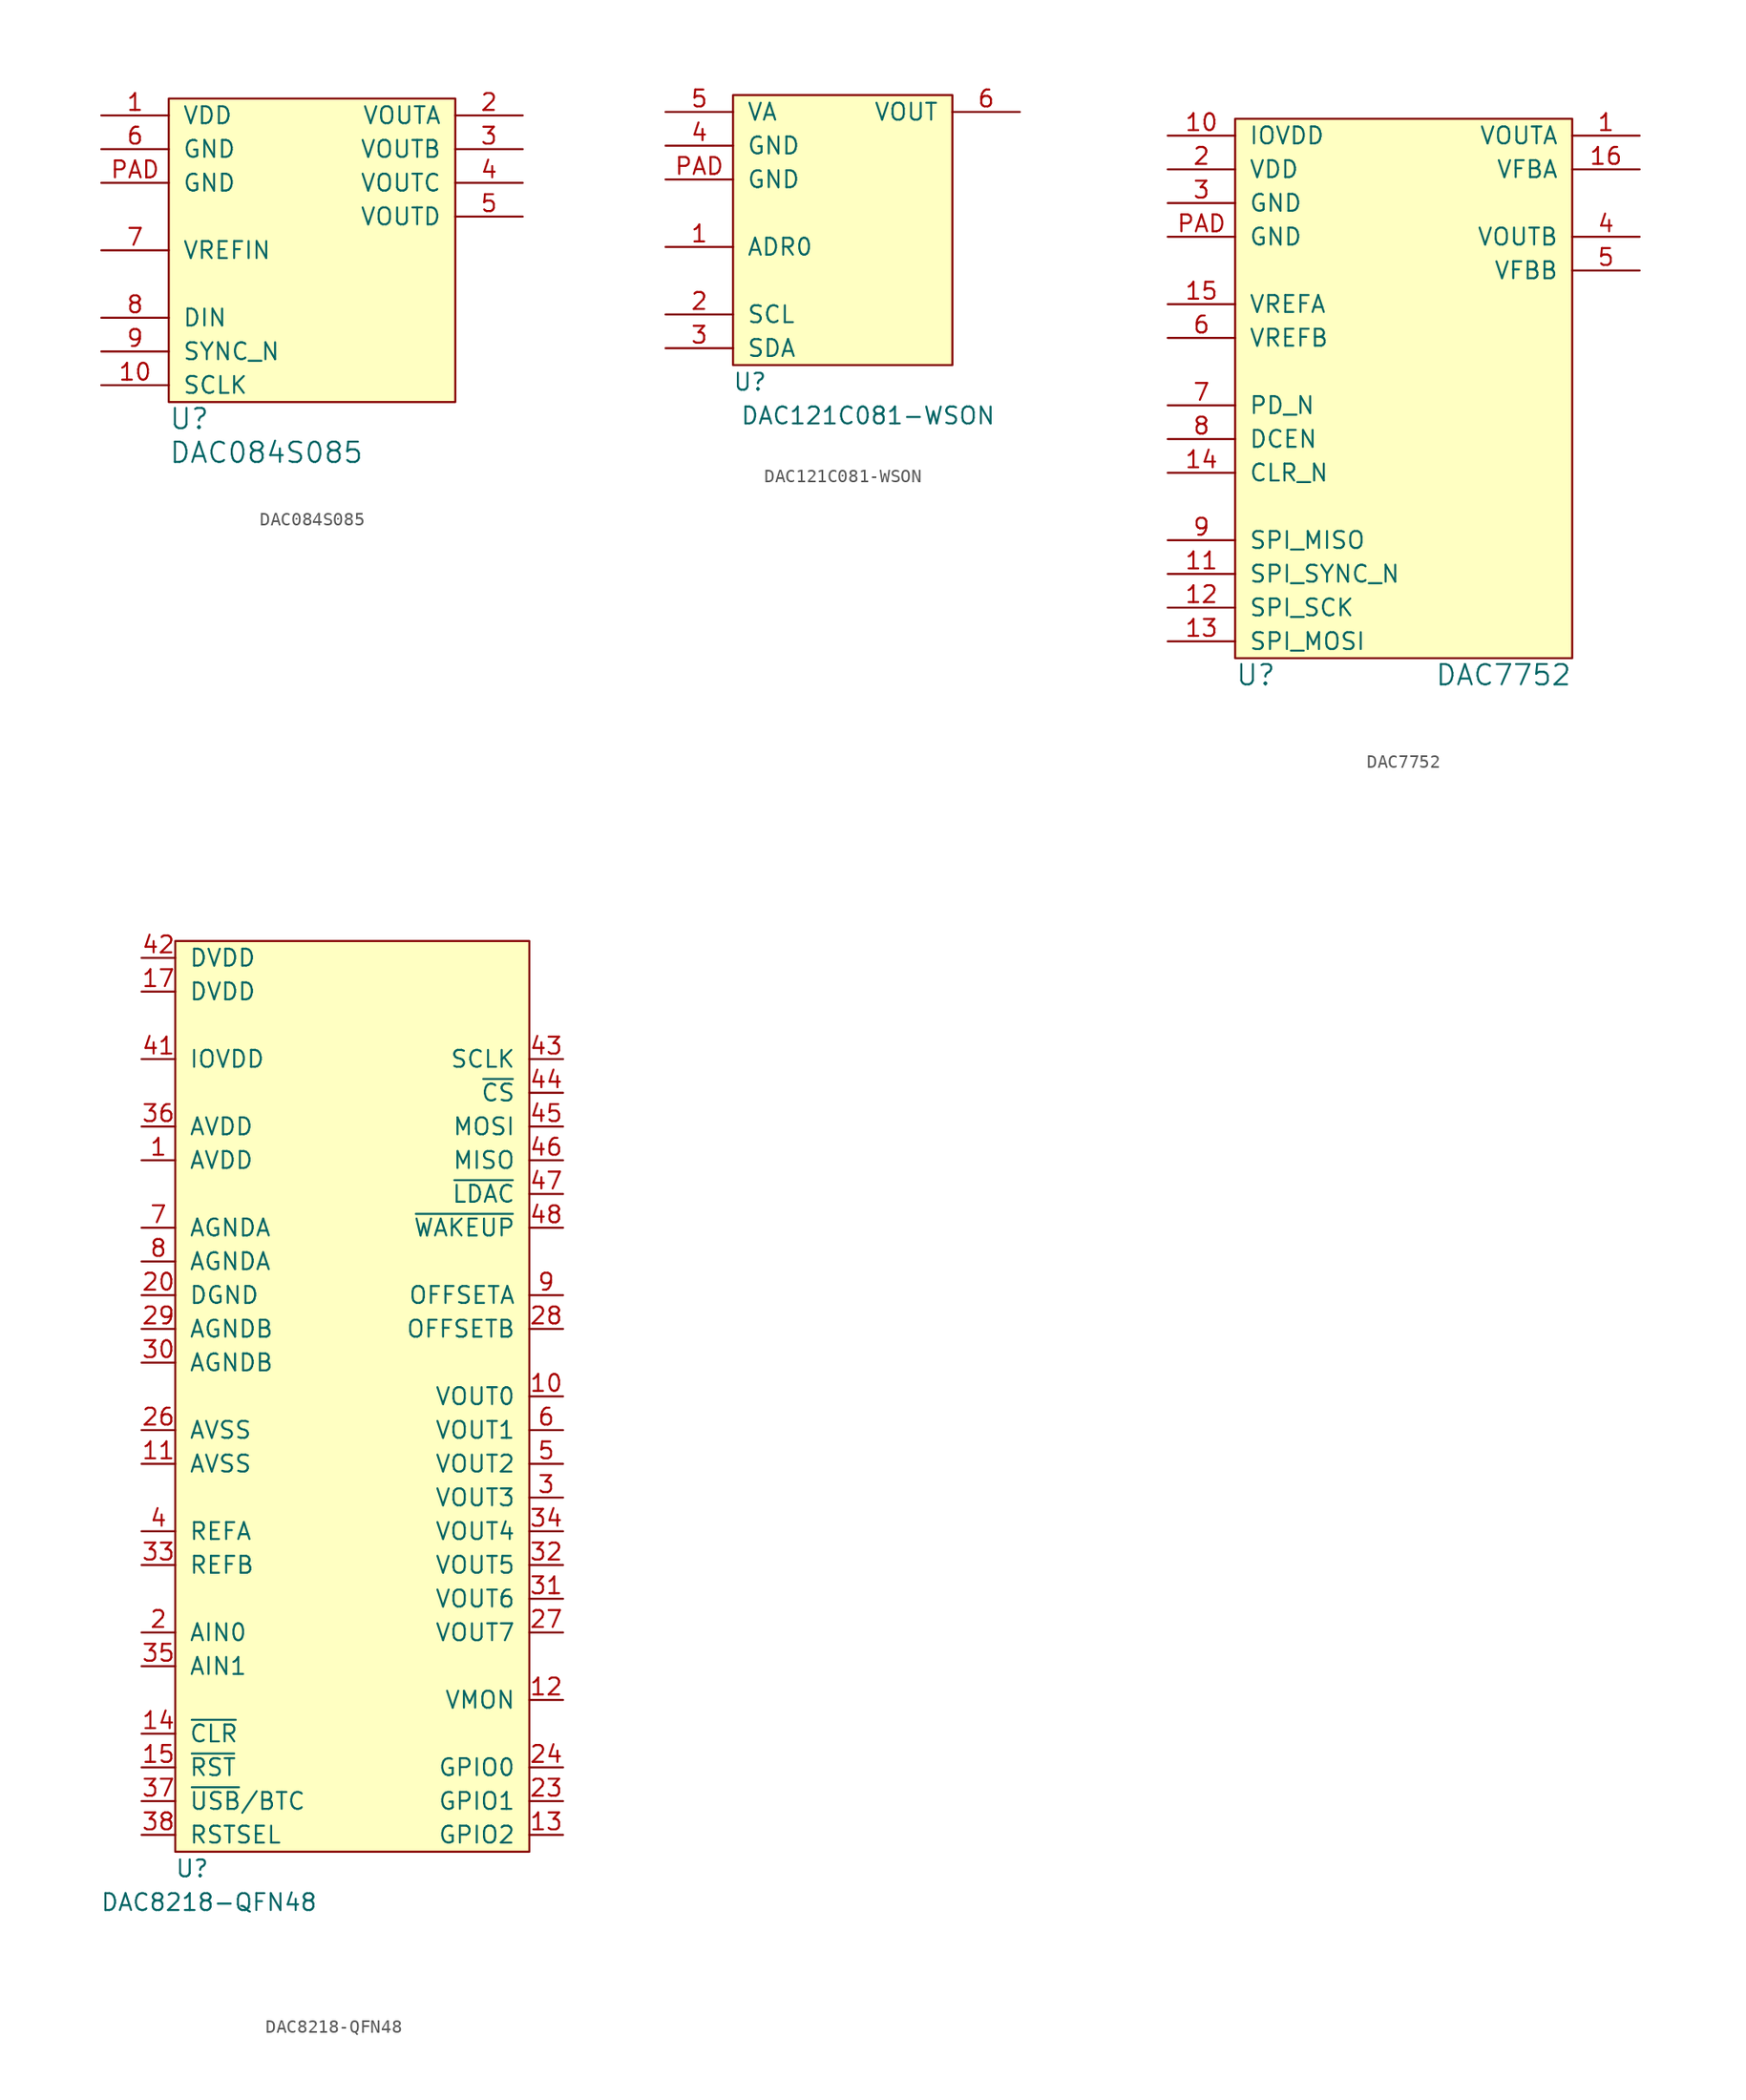
<source format=kicad_sym>
(kicad_symbol_lib
  (version 20211014)
  (generator kicad_symbol_editor)
  (symbol "DAC084S085"
    (pin_names
      (offset 1.016))
    (property "Reference" "U"
      (at 0 -1.27 0)
      (effects (font (size 1.524 1.524)) (justify left)))
    (property "Value" "DAC084S085"
      (at 0 -3.81 0)
      (effects (font (size 1.524 1.524)) (justify left)))
    (property "Footprint" ""
      (at 0 0 0)
      (effects (font (size 1.524 1.524))))
    (property "Datasheet" ""
      (at 0 0 0)
      (effects (font (size 1.524 1.524))))
    (symbol "DAC084S085_0_1"
      (rectangle (start 0 22.86) (end 21.59 0) (stroke (width 0) (type default) (color 0 0 0 0)) (fill (type background))))
    (symbol "DAC084S085_1_1"
      (pin power_in line (at -5.08 21.59 0) (length 5.08) (name "VDD" (effects (font (size 1.27 1.27)))) (number "1" (effects (font (size 1.27 1.27)))))
      (pin input line (at -5.08 1.27 0) (length 5.08) (name "SCLK" (effects (font (size 1.27 1.27)))) (number "10" (effects (font (size 1.27 1.27)))))
      (pin output line (at 26.67 21.59 180) (length 5.08) (name "VOUTA" (effects (font (size 1.27 1.27)))) (number "2" (effects (font (size 1.27 1.27)))))
      (pin output line (at 26.67 19.05 180) (length 5.08) (name "VOUTB" (effects (font (size 1.27 1.27)))) (number "3" (effects (font (size 1.27 1.27)))))
      (pin output line (at 26.67 16.51 180) (length 5.08) (name "VOUTC" (effects (font (size 1.27 1.27)))) (number "4" (effects (font (size 1.27 1.27)))))
      (pin output line (at 26.67 13.97 180) (length 5.08) (name "VOUTD" (effects (font (size 1.27 1.27)))) (number "5" (effects (font (size 1.27 1.27)))))
      (pin power_in line (at -5.08 19.05 0) (length 5.08) (name "GND" (effects (font (size 1.27 1.27)))) (number "6" (effects (font (size 1.27 1.27)))))
      (pin power_in line (at -5.08 11.43 0) (length 5.08) (name "VREFIN" (effects (font (size 1.27 1.27)))) (number "7" (effects (font (size 1.27 1.27)))))
      (pin input line (at -5.08 6.35 0) (length 5.08) (name "DIN" (effects (font (size 1.27 1.27)))) (number "8" (effects (font (size 1.27 1.27)))))
      (pin input line (at -5.08 3.81 0) (length 5.08) (name "SYNC_N" (effects (font (size 1.27 1.27)))) (number "9" (effects (font (size 1.27 1.27)))))
      (pin input line (at -5.08 16.51 0) (length 5.08) (name "GND" (effects (font (size 1.27 1.27)))) (number "PAD" (effects (font (size 1.27 1.27)))))))
  (symbol "DAC121C081-WSON"
    (pin_names
      (offset 1.016))
    (property "Reference" "U"
      (at 1.27 -1.27 0)
      (effects (font (size 1.27 1.27))))
    (property "Value" "DAC121C081-WSON"
      (at 10.16 -3.81 0)
      (effects (font (size 1.27 1.27))))
    (symbol "DAC121C081-WSON_0_1"
      (rectangle (start 0 20.32) (end 16.51 0) (stroke (width 0) (type default) (color 0 0 0 0)) (fill (type background))))
    (symbol "DAC121C081-WSON_1_1"
      (pin input line (at -5.08 8.89 0) (length 5.08) (name "ADR0" (effects (font (size 1.27 1.27)))) (number "1" (effects (font (size 1.27 1.27)))))
      (pin input line (at -5.08 3.81 0) (length 5.08) (name "SCL" (effects (font (size 1.27 1.27)))) (number "2" (effects (font (size 1.27 1.27)))))
      (pin bidirectional line (at -5.08 1.27 0) (length 5.08) (name "SDA" (effects (font (size 1.27 1.27)))) (number "3" (effects (font (size 1.27 1.27)))))
      (pin power_in line (at -5.08 16.51 0) (length 5.08) (name "GND" (effects (font (size 1.27 1.27)))) (number "4" (effects (font (size 1.27 1.27)))))
      (pin power_in line (at -5.08 19.05 0) (length 5.08) (name "VA" (effects (font (size 1.27 1.27)))) (number "5" (effects (font (size 1.27 1.27)))))
      (pin output line (at 21.59 19.05 180) (length 5.08) (name "VOUT" (effects (font (size 1.27 1.27)))) (number "6" (effects (font (size 1.27 1.27)))))
      (pin power_in line (at -5.08 13.97 0) (length 5.08) (name "GND" (effects (font (size 1.27 1.27)))) (number "PAD" (effects (font (size 1.27 1.27)))))))
  (symbol "DAC7752"
    (pin_names
      (offset 1.016))
    (property "Reference" "U"
      (at 0 -2.54 0)
      (effects (font (size 1.524 1.524)) (justify left)))
    (property "Value" "DAC7752"
      (at 25.4 -2.54 0)
      (effects (font (size 1.524 1.524)) (justify right)))
    (property "Footprint" ""
      (at 0 -1.27 0)
      (effects (font (size 1.524 1.524))))
    (property "Datasheet" ""
      (at 0 -1.27 0)
      (effects (font (size 1.524 1.524))))
    (symbol "DAC7752_0_1"
      (rectangle (start 0 39.37) (end 25.4 -1.27) (stroke (width 0) (type default) (color 0 0 0 0)) (fill (type background))))
    (symbol "DAC7752_1_1"
      (pin output line (at 30.48 38.1 180) (length 5.08) (name "VOUTA" (effects (font (size 1.27 1.27)))) (number "1" (effects (font (size 1.27 1.27)))))
      (pin power_in line (at -5.08 38.1 0) (length 5.08) (name "IOVDD" (effects (font (size 1.27 1.27)))) (number "10" (effects (font (size 1.27 1.27)))))
      (pin input line (at -5.08 5.08 0) (length 5.08) (name "SPI_SYNC_N" (effects (font (size 1.27 1.27)))) (number "11" (effects (font (size 1.27 1.27)))))
      (pin input line (at -5.08 2.54 0) (length 5.08) (name "SPI_SCK" (effects (font (size 1.27 1.27)))) (number "12" (effects (font (size 1.27 1.27)))))
      (pin input line (at -5.08 0 0) (length 5.08) (name "SPI_MOSI" (effects (font (size 1.27 1.27)))) (number "13" (effects (font (size 1.27 1.27)))))
      (pin input line (at -5.08 12.7 0) (length 5.08) (name "CLR_N" (effects (font (size 1.27 1.27)))) (number "14" (effects (font (size 1.27 1.27)))))
      (pin input line (at -5.08 25.4 0) (length 5.08) (name "VREFA" (effects (font (size 1.27 1.27)))) (number "15" (effects (font (size 1.27 1.27)))))
      (pin input line (at 30.48 35.56 180) (length 5.08) (name "VFBA" (effects (font (size 1.27 1.27)))) (number "16" (effects (font (size 1.27 1.27)))))
      (pin power_in line (at -5.08 35.56 0) (length 5.08) (name "VDD" (effects (font (size 1.27 1.27)))) (number "2" (effects (font (size 1.27 1.27)))))
      (pin power_in line (at -5.08 33.02 0) (length 5.08) (name "GND" (effects (font (size 1.27 1.27)))) (number "3" (effects (font (size 1.27 1.27)))))
      (pin output line (at 30.48 30.48 180) (length 5.08) (name "VOUTB" (effects (font (size 1.27 1.27)))) (number "4" (effects (font (size 1.27 1.27)))))
      (pin input line (at 30.48 27.94 180) (length 5.08) (name "VFBB" (effects (font (size 1.27 1.27)))) (number "5" (effects (font (size 1.27 1.27)))))
      (pin input line (at -5.08 22.86 0) (length 5.08) (name "VREFB" (effects (font (size 1.27 1.27)))) (number "6" (effects (font (size 1.27 1.27)))))
      (pin input line (at -5.08 17.78 0) (length 5.08) (name "PD_N" (effects (font (size 1.27 1.27)))) (number "7" (effects (font (size 1.27 1.27)))))
      (pin input line (at -5.08 15.24 0) (length 5.08) (name "DCEN" (effects (font (size 1.27 1.27)))) (number "8" (effects (font (size 1.27 1.27)))))
      (pin output line (at -5.08 7.62 0) (length 5.08) (name "SPI_MISO" (effects (font (size 1.27 1.27)))) (number "9" (effects (font (size 1.27 1.27)))))
      (pin power_in line (at -5.08 30.48 0) (length 5.08) (name "GND" (effects (font (size 1.27 1.27)))) (number "PAD" (effects (font (size 1.27 1.27)))))))
  (symbol "DAC8218-QFN48"
    (pin_names
      (offset 1.016))
    (property "Reference" "U"
      (at 1.27 -1.27 0)
      (effects (font (size 1.27 1.27))))
    (property "Value" "DAC8218-QFN48"
      (at 2.54 -3.81 0)
      (effects (font (size 1.27 1.27))))
    (symbol "DAC8218-QFN48_0_1"
      (rectangle (start 0 68.58) (end 26.67 0) (stroke (width 0) (type default) (color 0 0 0 0)) (fill (type background))))
    (symbol "DAC8218-QFN48_1_1"
      (pin power_in line (at -2.54 52.07 0) (length 2.54) (name "AVDD" (effects (font (size 1.27 1.27)))) (number "1" (effects (font (size 1.27 1.27)))))
      (pin output line (at 29.21 34.29 180) (length 2.54) (name "VOUT0" (effects (font (size 1.27 1.27)))) (number "10" (effects (font (size 1.27 1.27)))))
      (pin power_in line (at -2.54 29.21 0) (length 2.54) (name "AVSS" (effects (font (size 1.27 1.27)))) (number "11" (effects (font (size 1.27 1.27)))))
      (pin output line (at 29.21 11.43 180) (length 2.54) (name "VMON" (effects (font (size 1.27 1.27)))) (number "12" (effects (font (size 1.27 1.27)))))
      (pin open_collector line (at 29.21 1.27 180) (length 2.54) (name "GPIO2" (effects (font (size 1.27 1.27)))) (number "13" (effects (font (size 1.27 1.27)))))
      (pin input line (at -2.54 8.89 0) (length 2.54) (name "~{CLR}" (effects (font (size 1.27 1.27)))) (number "14" (effects (font (size 1.27 1.27)))))
      (pin input line (at -2.54 6.35 0) (length 2.54) (name "~{RST}" (effects (font (size 1.27 1.27)))) (number "15" (effects (font (size 1.27 1.27)))))
      (pin power_in line (at -2.54 64.77 0) (length 2.54) (name "DVDD" (effects (font (size 1.27 1.27)))) (number "17" (effects (font (size 1.27 1.27)))))
      (pin input line (at -2.54 16.51 0) (length 2.54) (name "AIN0" (effects (font (size 1.27 1.27)))) (number "2" (effects (font (size 1.27 1.27)))))
      (pin power_in line (at -2.54 41.91 0) (length 2.54) (name "DGND" (effects (font (size 1.27 1.27)))) (number "20" (effects (font (size 1.27 1.27)))))
      (pin open_collector line (at 29.21 3.81 180) (length 2.54) (name "GPIO1" (effects (font (size 1.27 1.27)))) (number "23" (effects (font (size 1.27 1.27)))))
      (pin open_collector line (at 29.21 6.35 180) (length 2.54) (name "GPIO0" (effects (font (size 1.27 1.27)))) (number "24" (effects (font (size 1.27 1.27)))))
      (pin power_in line (at -2.54 31.75 0) (length 2.54) (name "AVSS" (effects (font (size 1.27 1.27)))) (number "26" (effects (font (size 1.27 1.27)))))
      (pin output line (at 29.21 16.51 180) (length 2.54) (name "VOUT7" (effects (font (size 1.27 1.27)))) (number "27" (effects (font (size 1.27 1.27)))))
      (pin output line (at 29.21 39.37 180) (length 2.54) (name "OFFSETB" (effects (font (size 1.27 1.27)))) (number "28" (effects (font (size 1.27 1.27)))))
      (pin power_in line (at -2.54 39.37 0) (length 2.54) (name "AGNDB" (effects (font (size 1.27 1.27)))) (number "29" (effects (font (size 1.27 1.27)))))
      (pin output line (at 29.21 26.67 180) (length 2.54) (name "VOUT3" (effects (font (size 1.27 1.27)))) (number "3" (effects (font (size 1.27 1.27)))))
      (pin power_in line (at -2.54 36.83 0) (length 2.54) (name "AGNDB" (effects (font (size 1.27 1.27)))) (number "30" (effects (font (size 1.27 1.27)))))
      (pin output line (at 29.21 19.05 180) (length 2.54) (name "VOUT6" (effects (font (size 1.27 1.27)))) (number "31" (effects (font (size 1.27 1.27)))))
      (pin output line (at 29.21 21.59 180) (length 2.54) (name "VOUT5" (effects (font (size 1.27 1.27)))) (number "32" (effects (font (size 1.27 1.27)))))
      (pin input line (at -2.54 21.59 0) (length 2.54) (name "REFB" (effects (font (size 1.27 1.27)))) (number "33" (effects (font (size 1.27 1.27)))))
      (pin output line (at 29.21 24.13 180) (length 2.54) (name "VOUT4" (effects (font (size 1.27 1.27)))) (number "34" (effects (font (size 1.27 1.27)))))
      (pin input line (at -2.54 13.97 0) (length 2.54) (name "AIN1" (effects (font (size 1.27 1.27)))) (number "35" (effects (font (size 1.27 1.27)))))
      (pin power_in line (at -2.54 54.61 0) (length 2.54) (name "AVDD" (effects (font (size 1.27 1.27)))) (number "36" (effects (font (size 1.27 1.27)))))
      (pin input line (at -2.54 3.81 0) (length 2.54) (name "~{USB}/BTC" (effects (font (size 1.27 1.27)))) (number "37" (effects (font (size 1.27 1.27)))))
      (pin input line (at -2.54 1.27 0) (length 2.54) (name "RSTSEL" (effects (font (size 1.27 1.27)))) (number "38" (effects (font (size 1.27 1.27)))))
      (pin input line (at -2.54 24.13 0) (length 2.54) (name "REFA" (effects (font (size 1.27 1.27)))) (number "4" (effects (font (size 1.27 1.27)))))
      (pin power_in line (at -2.54 59.69 0) (length 2.54) (name "IOVDD" (effects (font (size 1.27 1.27)))) (number "41" (effects (font (size 1.27 1.27)))))
      (pin power_in line (at -2.54 67.31 0) (length 2.54) (name "DVDD" (effects (font (size 1.27 1.27)))) (number "42" (effects (font (size 1.27 1.27)))))
      (pin input line (at 29.21 59.69 180) (length 2.54) (name "SCLK" (effects (font (size 1.27 1.27)))) (number "43" (effects (font (size 1.27 1.27)))))
      (pin input line (at 29.21 57.15 180) (length 2.54) (name "~{CS}" (effects (font (size 1.27 1.27)))) (number "44" (effects (font (size 1.27 1.27)))))
      (pin input line (at 29.21 54.61 180) (length 2.54) (name "MOSI" (effects (font (size 1.27 1.27)))) (number "45" (effects (font (size 1.27 1.27)))))
      (pin output line (at 29.21 52.07 180) (length 2.54) (name "MISO" (effects (font (size 1.27 1.27)))) (number "46" (effects (font (size 1.27 1.27)))))
      (pin input line (at 29.21 49.53 180) (length 2.54) (name "~{LDAC}" (effects (font (size 1.27 1.27)))) (number "47" (effects (font (size 1.27 1.27)))))
      (pin input line (at 29.21 46.99 180) (length 2.54) (name "~{WAKEUP}" (effects (font (size 1.27 1.27)))) (number "48" (effects (font (size 1.27 1.27)))))
      (pin output line (at 29.21 29.21 180) (length 2.54) (name "VOUT2" (effects (font (size 1.27 1.27)))) (number "5" (effects (font (size 1.27 1.27)))))
      (pin output line (at 29.21 31.75 180) (length 2.54) (name "VOUT1" (effects (font (size 1.27 1.27)))) (number "6" (effects (font (size 1.27 1.27)))))
      (pin power_in line (at -2.54 46.99 0) (length 2.54) (name "AGNDA" (effects (font (size 1.27 1.27)))) (number "7" (effects (font (size 1.27 1.27)))))
      (pin power_in line (at -2.54 44.45 0) (length 2.54) (name "AGNDA" (effects (font (size 1.27 1.27)))) (number "8" (effects (font (size 1.27 1.27)))))
      (pin output line (at 29.21 41.91 180) (length 2.54) (name "OFFSETA" (effects (font (size 1.27 1.27)))) (number "9" (effects (font (size 1.27 1.27))))))))
</source>
